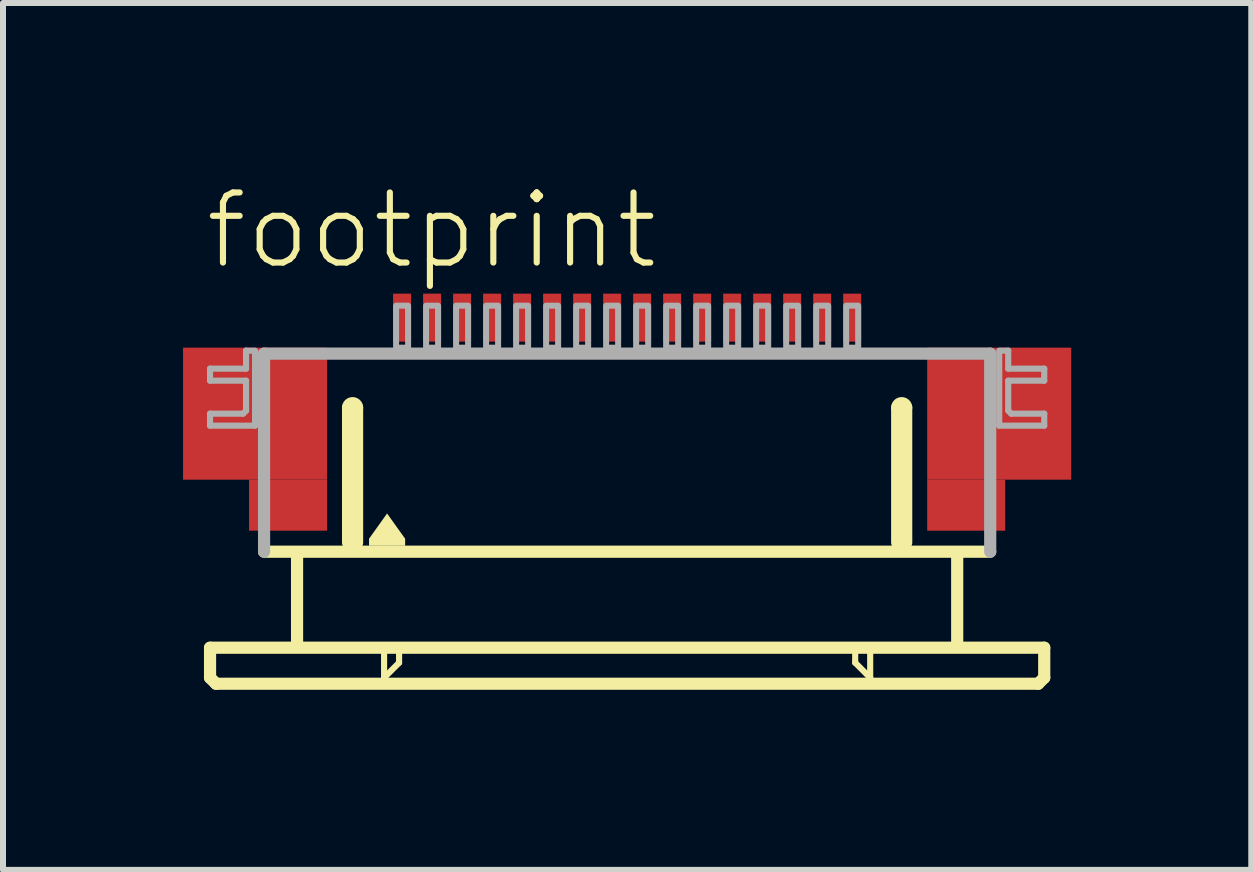
<source format=kicad_pcb>
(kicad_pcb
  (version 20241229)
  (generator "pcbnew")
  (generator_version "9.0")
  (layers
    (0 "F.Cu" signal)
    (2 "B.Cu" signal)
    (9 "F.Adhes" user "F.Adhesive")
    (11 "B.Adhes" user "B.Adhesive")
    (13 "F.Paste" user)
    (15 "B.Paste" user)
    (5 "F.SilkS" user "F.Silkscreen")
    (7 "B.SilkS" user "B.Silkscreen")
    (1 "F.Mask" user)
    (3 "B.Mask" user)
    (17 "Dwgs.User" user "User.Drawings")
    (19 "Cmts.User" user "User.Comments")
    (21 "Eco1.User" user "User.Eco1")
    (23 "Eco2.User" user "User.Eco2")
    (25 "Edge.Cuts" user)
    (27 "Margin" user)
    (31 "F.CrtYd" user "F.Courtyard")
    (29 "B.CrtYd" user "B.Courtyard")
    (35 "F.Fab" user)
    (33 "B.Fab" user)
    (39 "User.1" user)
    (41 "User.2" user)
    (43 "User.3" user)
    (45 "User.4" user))
  (footprint "footprint"
    (layer "F.Cu")
    (at 7.4 4.743)
    (property "Reference" "footprint" (at -7.08 -3.27 0) (layer "F.SilkS") (effects (font (size 1.168 1.168) (thickness 0.102)) (justify left bottom)))
    (fp_poly (pts (xy -7.4 0.2) (xy -5 0.2) (xy -5 -2) (xy -7.4 -2)) (stroke (width 0) (type solid)) (fill yes) (layer "F.Cu"))
    (fp_poly (pts (xy -6.3 1.05) (xy -5 1.05) (xy -5 0.2) (xy -6.3 0.2)) (stroke (width 0) (type solid)) (fill yes) (layer "F.Cu"))
    (fp_poly (pts (xy 5 0.2) (xy 7.4 0.2) (xy 7.4 -2) (xy 5 -2)) (stroke (width 0) (type solid)) (fill yes) (layer "F.Cu"))
    (fp_poly (pts (xy 5 1.05) (xy 6.3 1.05) (xy 6.3 0.2) (xy 5 0.2)) (stroke (width 0) (type solid)) (fill yes) (layer "F.Cu"))
    (fp_poly (pts (xy -7.4 0.2) (xy -6.25 0.2) (xy -6.25 -2) (xy -7.4 -2)) (stroke (width 0) (type solid)) (fill yes) (layer "F.Mask"))
    (fp_poly (pts (xy -6.3 1.05) (xy -5 1.05) (xy -5 -2) (xy -6.3 -2)) (stroke (width 0) (type solid)) (fill yes) (layer "F.Mask"))
    (fp_poly (pts (xy 6.3 -2) (xy 5 -2) (xy 5 1.05) (xy 6.3 1.05)) (stroke (width 0) (type solid)) (fill yes) (layer "F.Mask"))
    (fp_poly (pts (xy 7.4 -2) (xy 6.25 -2) (xy 6.25 0.2) (xy 7.4 0.2)) (stroke (width 0) (type solid)) (fill yes) (layer "F.Mask"))
    (fp_line (start -6.95 3) (end -6.95 3.5) (stroke (width 0.203) (type solid)) (layer "F.SilkS"))
    (fp_line (start -6.95 3.5) (end -6.85 3.6) (stroke (width 0.203) (type solid)) (layer "F.SilkS"))
    (fp_line (start -6.85 3.6) (end 6.85 3.6) (stroke (width 0.203) (type solid)) (layer "F.SilkS"))
    (fp_line (start -5.5 1.5) (end -5.5 2.9) (stroke (width 0.203) (type solid)) (layer "F.SilkS"))
    (fp_line (start -4.65 1.25) (end -4.65 -1) (stroke (width 0.203) (type solid)) (layer "F.SilkS"))
    (fp_line (start -4.5 -1) (end -4.5 1.25) (stroke (width 0.203) (type solid)) (layer "F.SilkS"))
    (fp_line (start -4.05 3.1) (end -4.05 3.5) (stroke (width 0.102) (type solid)) (layer "F.SilkS"))
    (fp_line (start -4.05 3.5) (end -3.8 3.25) (stroke (width 0.102) (type solid)) (layer "F.SilkS"))
    (fp_line (start -3.8 3.25) (end -3.8 3.1) (stroke (width 0.102) (type solid)) (layer "F.SilkS"))
    (fp_line (start 3.8 3.1) (end 3.8 3.25) (stroke (width 0.102) (type solid)) (layer "F.SilkS"))
    (fp_line (start 3.8 3.25) (end 4.05 3.5) (stroke (width 0.102) (type solid)) (layer "F.SilkS"))
    (fp_line (start 4.05 3.5) (end 4.05 3.1) (stroke (width 0.102) (type solid)) (layer "F.SilkS"))
    (fp_line (start 4.5 1.25) (end 4.5 -1) (stroke (width 0.203) (type solid)) (layer "F.SilkS"))
    (fp_line (start 4.65 -1) (end 4.65 1.25) (stroke (width 0.203) (type solid)) (layer "F.SilkS"))
    (fp_line (start 5.5 1.5) (end 5.5 2.9) (stroke (width 0.203) (type solid)) (layer "F.SilkS"))
    (fp_line (start 6.05 1.4) (end -6.05 1.4) (stroke (width 0.203) (type solid)) (layer "F.SilkS"))
    (fp_line (start 6.85 3.6) (end 6.95 3.5) (stroke (width 0.203) (type solid)) (layer "F.SilkS"))
    (fp_line (start 6.95 3) (end -6.95 3) (stroke (width 0.203) (type solid)) (layer "F.SilkS"))
    (fp_line (start 6.95 3.5) (end 6.95 3) (stroke (width 0.203) (type solid)) (layer "F.SilkS"))
    (fp_arc (start -4.65 -1) (mid -4.575 -1.075) (end -4.5 -1) (stroke (width 0.2032) (type solid)) (layer "F.SilkS"))
    (fp_arc (start 4.5 -1) (mid 4.575 -1.075) (end 4.65 -1) (stroke (width 0.2032) (type solid)) (layer "F.SilkS"))
    (fp_poly (pts (xy -3.699 1.184) (xy -3.699 1.301) (xy -4.301 1.301) (xy -4.301 1.184) (xy -4 0.763)) (stroke (width 0) (type solid)) (fill yes) (layer "F.SilkS"))
    (fp_poly (pts (xy -7.2 0.05) (xy -5.2 0.05) (xy -5.2 -1.85) (xy -7.2 -1.85)) (stroke (width 0) (type solid)) (fill yes) (layer "F.Paste"))
    (fp_poly (pts (xy 7.2 -1.85) (xy 5.2 -1.85) (xy 5.2 0.05) (xy 7.2 0.05)) (stroke (width 0) (type solid)) (fill yes) (layer "F.Paste"))
    (fp_line (start -6.95 -1.65) (end -6.95 -1.45) (stroke (width 0.102) (type solid)) (layer "F.Fab"))
    (fp_line (start -6.95 -1.45) (end -6.35 -1.45) (stroke (width 0.102) (type solid)) (layer "F.Fab"))
    (fp_line (start -6.95 -0.9) (end -6.95 -0.7) (stroke (width 0.102) (type solid)) (layer "F.Fab"))
    (fp_line (start -6.95 -0.7) (end -6.2 -0.7) (stroke (width 0.102) (type solid)) (layer "F.Fab"))
    (fp_line (start -6.4 -0.9) (end -6.95 -0.9) (stroke (width 0.102) (type solid)) (layer "F.Fab"))
    (fp_line (start -6.35 -1.95) (end -6.35 -1.65) (stroke (width 0.102) (type solid)) (layer "F.Fab"))
    (fp_line (start -6.35 -1.65) (end -6.95 -1.65) (stroke (width 0.102) (type solid)) (layer "F.Fab"))
    (fp_line (start -6.35 -1.45) (end -6.35 -0.95) (stroke (width 0.102) (type solid)) (layer "F.Fab"))
    (fp_line (start -6.35 -0.95) (end -6.4 -0.9) (stroke (width 0.102) (type solid)) (layer "F.Fab"))
    (fp_line (start -6.2 -1.95) (end -6.35 -1.95) (stroke (width 0.102) (type solid)) (layer "F.Fab"))
    (fp_line (start -6.2 -0.7) (end -6.2 -1.9) (stroke (width 0.102) (type solid)) (layer "F.Fab"))
    (fp_line (start -6.05 -1.9) (end 6.05 -1.9) (stroke (width 0.203) (type solid)) (layer "F.Fab"))
    (fp_line (start -6.05 1.4) (end -6.05 -1.9) (stroke (width 0.203) (type solid)) (layer "F.Fab"))
    (fp_line (start 6.05 -1.9) (end 6.05 1.4) (stroke (width 0.203) (type solid)) (layer "F.Fab"))
    (fp_line (start 6.2 -1.95) (end 6.35 -1.95) (stroke (width 0.102) (type solid)) (layer "F.Fab"))
    (fp_line (start 6.2 -0.7) (end 6.2 -1.9) (stroke (width 0.102) (type solid)) (layer "F.Fab"))
    (fp_line (start 6.35 -1.95) (end 6.35 -1.65) (stroke (width 0.102) (type solid)) (layer "F.Fab"))
    (fp_line (start 6.35 -1.65) (end 6.95 -1.65) (stroke (width 0.102) (type solid)) (layer "F.Fab"))
    (fp_line (start 6.35 -1.45) (end 6.35 -0.95) (stroke (width 0.102) (type solid)) (layer "F.Fab"))
    (fp_line (start 6.35 -0.95) (end 6.4 -0.9) (stroke (width 0.102) (type solid)) (layer "F.Fab"))
    (fp_line (start 6.4 -0.9) (end 6.95 -0.9) (stroke (width 0.102) (type solid)) (layer "F.Fab"))
    (fp_line (start 6.95 -1.65) (end 6.95 -1.45) (stroke (width 0.102) (type solid)) (layer "F.Fab"))
    (fp_line (start 6.95 -1.45) (end 6.35 -1.45) (stroke (width 0.102) (type solid)) (layer "F.Fab"))
    (fp_line (start 6.95 -0.9) (end 6.95 -0.7) (stroke (width 0.102) (type solid)) (layer "F.Fab"))
    (fp_line (start 6.95 -0.7) (end 6.2 -0.7) (stroke (width 0.102) (type solid)) (layer "F.Fab"))
    (fp_poly (pts (xy -3.85 -2) (xy -3.65 -2) (xy -3.65 -2.7) (xy -3.85 -2.7)) (stroke (width 0.1) (type solid)) (fill no) (layer "F.Fab"))
    (fp_poly (pts (xy -3.35 -2) (xy -3.15 -2) (xy -3.15 -2.7) (xy -3.35 -2.7)) (stroke (width 0.1) (type solid)) (fill no) (layer "F.Fab"))
    (fp_poly (pts (xy -2.85 -2) (xy -2.65 -2) (xy -2.65 -2.7) (xy -2.85 -2.7)) (stroke (width 0.1) (type solid)) (fill no) (layer "F.Fab"))
    (fp_poly (pts (xy -2.35 -2) (xy -2.15 -2) (xy -2.15 -2.7) (xy -2.35 -2.7)) (stroke (width 0.1) (type solid)) (fill no) (layer "F.Fab"))
    (fp_poly (pts (xy -1.85 -2) (xy -1.65 -2) (xy -1.65 -2.7) (xy -1.85 -2.7)) (stroke (width 0.1) (type solid)) (fill no) (layer "F.Fab"))
    (fp_poly (pts (xy -1.35 -2) (xy -1.15 -2) (xy -1.15 -2.7) (xy -1.35 -2.7)) (stroke (width 0.1) (type solid)) (fill no) (layer "F.Fab"))
    (fp_poly (pts (xy -0.85 -2) (xy -0.65 -2) (xy -0.65 -2.7) (xy -0.85 -2.7)) (stroke (width 0.1) (type solid)) (fill no) (layer "F.Fab"))
    (fp_poly (pts (xy -0.35 -2) (xy -0.15 -2) (xy -0.15 -2.7) (xy -0.35 -2.7)) (stroke (width 0.1) (type solid)) (fill no) (layer "F.Fab"))
    (fp_poly (pts (xy 0.15 -2) (xy 0.35 -2) (xy 0.35 -2.7) (xy 0.15 -2.7)) (stroke (width 0.1) (type solid)) (fill no) (layer "F.Fab"))
    (fp_poly (pts (xy 0.65 -2) (xy 0.85 -2) (xy 0.85 -2.7) (xy 0.65 -2.7)) (stroke (width 0.1) (type solid)) (fill no) (layer "F.Fab"))
    (fp_poly (pts (xy 1.15 -2) (xy 1.35 -2) (xy 1.35 -2.7) (xy 1.15 -2.7)) (stroke (width 0.1) (type solid)) (fill no) (layer "F.Fab"))
    (fp_poly (pts (xy 1.65 -2) (xy 1.85 -2) (xy 1.85 -2.7) (xy 1.65 -2.7)) (stroke (width 0.1) (type solid)) (fill no) (layer "F.Fab"))
    (fp_poly (pts (xy 2.15 -2) (xy 2.35 -2) (xy 2.35 -2.7) (xy 2.15 -2.7)) (stroke (width 0.1) (type solid)) (fill no) (layer "F.Fab"))
    (fp_poly (pts (xy 2.65 -2) (xy 2.85 -2) (xy 2.85 -2.7) (xy 2.65 -2.7)) (stroke (width 0.1) (type solid)) (fill no) (layer "F.Fab"))
    (fp_poly (pts (xy 3.15 -2) (xy 3.35 -2) (xy 3.35 -2.7) (xy 3.15 -2.7)) (stroke (width 0.1) (type solid)) (fill no) (layer "F.Fab"))
    (fp_poly (pts (xy 3.65 -2) (xy 3.85 -2) (xy 3.85 -2.7) (xy 3.65 -2.7)) (stroke (width 0.1) (type solid)) (fill no) (layer "F.Fab"))
    (pad "1" smd rect (at -3.75 -2.5) (size 0.3 0.8) (layers "F.Cu" "F.Mask" "F.Paste"))
    (pad "2" smd rect (at -3.25 -2.5) (size 0.3 0.8) (layers "F.Cu" "F.Mask" "F.Paste"))
    (pad "3" smd rect (at -2.75 -2.5) (size 0.3 0.8) (layers "F.Cu" "F.Mask" "F.Paste"))
    (pad "4" smd rect (at -2.25 -2.5) (size 0.3 0.8) (layers "F.Cu" "F.Mask" "F.Paste"))
    (pad "5" smd rect (at -1.75 -2.5) (size 0.3 0.8) (layers "F.Cu" "F.Mask" "F.Paste"))
    (pad "6" smd rect (at -1.25 -2.5) (size 0.3 0.8) (layers "F.Cu" "F.Mask" "F.Paste"))
    (pad "7" smd rect (at -0.75 -2.5) (size 0.3 0.8) (layers "F.Cu" "F.Mask" "F.Paste"))
    (pad "8" smd rect (at -0.25 -2.5) (size 0.3 0.8) (layers "F.Cu" "F.Mask" "F.Paste"))
    (pad "9" smd rect (at 0.25 -2.5) (size 0.3 0.8) (layers "F.Cu" "F.Mask" "F.Paste"))
    (pad "10" smd rect (at 0.75 -2.5) (size 0.3 0.8) (layers "F.Cu" "F.Mask" "F.Paste"))
    (pad "11" smd rect (at 1.25 -2.5) (size 0.3 0.8) (layers "F.Cu" "F.Mask" "F.Paste"))
    (pad "12" smd rect (at 1.75 -2.5) (size 0.3 0.8) (layers "F.Cu" "F.Mask" "F.Paste"))
    (pad "13" smd rect (at 2.25 -2.5) (size 0.3 0.8) (layers "F.Cu" "F.Mask" "F.Paste"))
    (pad "14" smd rect (at 2.75 -2.5) (size 0.3 0.8) (layers "F.Cu" "F.Mask" "F.Paste"))
    (pad "15" smd rect (at 3.25 -2.5) (size 0.3 0.8) (layers "F.Cu" "F.Mask" "F.Paste"))
    (pad "16" smd rect (at 3.75 -2.5) (size 0.3 0.8) (layers "F.Cu" "F.Mask" "F.Paste")))
  (gr_rect
    (start -3 -3)
    (end 17.8 11.445)
    (stroke (width 0.1) (type default))
    (fill no)
    (layer "Edge.Cuts")))
</source>
